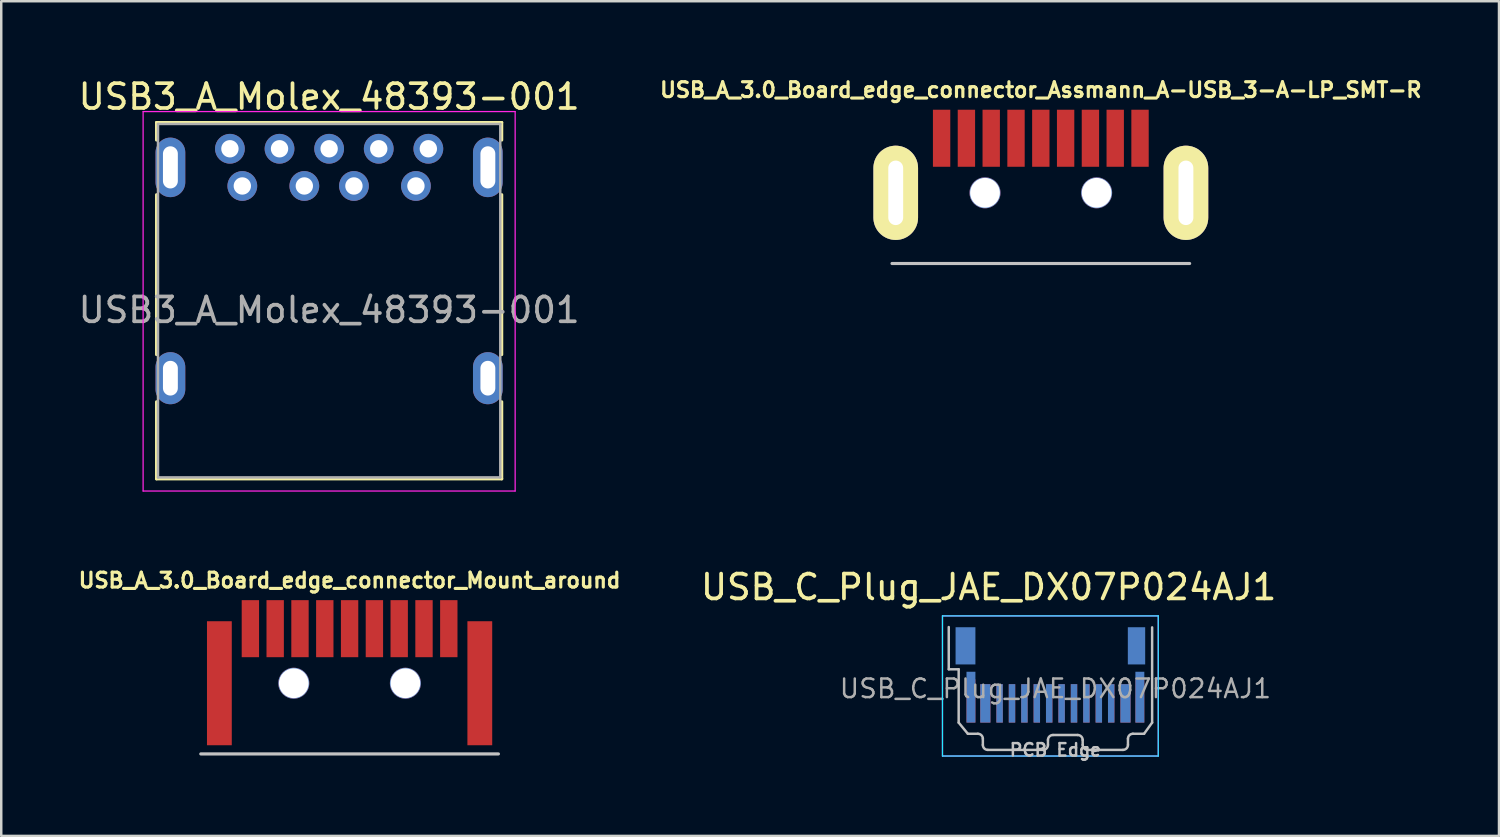
<source format=kicad_pcb>
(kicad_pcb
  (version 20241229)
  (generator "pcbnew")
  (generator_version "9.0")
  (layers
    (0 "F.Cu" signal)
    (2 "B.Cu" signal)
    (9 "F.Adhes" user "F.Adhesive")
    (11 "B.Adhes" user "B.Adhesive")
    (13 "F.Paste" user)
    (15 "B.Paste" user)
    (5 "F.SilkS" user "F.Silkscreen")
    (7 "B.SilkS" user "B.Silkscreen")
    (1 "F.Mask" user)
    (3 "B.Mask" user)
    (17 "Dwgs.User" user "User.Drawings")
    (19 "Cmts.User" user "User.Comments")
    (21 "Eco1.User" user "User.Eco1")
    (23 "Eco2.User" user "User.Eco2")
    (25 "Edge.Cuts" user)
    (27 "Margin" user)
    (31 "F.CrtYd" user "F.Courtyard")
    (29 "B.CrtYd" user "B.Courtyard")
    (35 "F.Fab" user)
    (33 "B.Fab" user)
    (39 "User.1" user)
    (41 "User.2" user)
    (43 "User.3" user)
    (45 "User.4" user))
  (footprint "USB_C_Plug_JAE_DX07P024AJ1"
    (layer "F.Cu")
    (at 39.502 24.162)
    (property "Reference" "USB_C_Plug_JAE_DX07P024AJ1" (at -2.692 -3.54 0) (layer "F.SilkS") (effects (font (size 1 1) (thickness 0.15))))
    (attr smd)
    (fp_line (start -4.3 -1.93) (end -4.3 -0.228) (stroke (width 0.1) (type solid)) (layer "Dwgs.User"))
    (fp_line (start -4.3 -0.228) (end -3.9 -0.228) (stroke (width 0.1) (type solid)) (layer "Dwgs.User"))
    (fp_line (start -3.9 1.923) (end -3.9 -0.228) (stroke (width 0.1) (type solid)) (layer "Dwgs.User"))
    (fp_line (start -3.53 2.373) (end -3.9 1.923) (stroke (width 0.1) (type solid)) (layer "Dwgs.User"))
    (fp_line (start -3.125 2.373) (end -3.53 2.373) (stroke (width 0.1) (type solid)) (layer "Dwgs.User"))
    (fp_line (start -2.925 2.822) (end -2.925 2.572) (stroke (width 0.1) (type solid)) (layer "Dwgs.User"))
    (fp_line (start -0.5 3.022) (end -2.725 3.022) (stroke (width 0.1) (type solid)) (layer "Dwgs.User"))
    (fp_line (start -0.3 2.623) (end -0.3 2.822) (stroke (width 0.1) (type solid)) (layer "Dwgs.User"))
    (fp_line (start -0.1 2.422) (end 0.9 2.422) (stroke (width 0.1) (type solid)) (layer "Dwgs.User"))
    (fp_line (start 1.1 2.822) (end 1.1 2.623) (stroke (width 0.1) (type solid)) (layer "Dwgs.User"))
    (fp_line (start 1.3 3.022) (end 2.725 3.022) (stroke (width 0.1) (type solid)) (layer "Dwgs.User"))
    (fp_line (start 2.925 2.822) (end 2.925 2.572) (stroke (width 0.1) (type solid)) (layer "Dwgs.User"))
    (fp_line (start 3.125 2.373) (end 3.575 2.373) (stroke (width 0.1) (type solid)) (layer "Dwgs.User"))
    (fp_line (start 3.575 2.373) (end 3.9 1.923) (stroke (width 0.1) (type solid)) (layer "Dwgs.User"))
    (fp_line (start 3.9 1.923) (end 3.9 -1.917) (stroke (width 0.1) (type solid)) (layer "Dwgs.User"))
    (fp_arc (start -3.125 2.3725) (mid -2.983579 2.431079) (end -2.925 2.5725) (stroke (width 0.1) (type solid)) (layer "Dwgs.User"))
    (fp_arc (start -2.725 3.0225) (mid -2.866421 2.963921) (end -2.925 2.8225) (stroke (width 0.1) (type solid)) (layer "Dwgs.User"))
    (fp_arc (start -0.3 2.6225) (mid -0.241421 2.481079) (end -0.1 2.4225) (stroke (width 0.1) (type solid)) (layer "Dwgs.User"))
    (fp_arc (start -0.3 2.8225) (mid -0.358579 2.963921) (end -0.5 3.0225) (stroke (width 0.1) (type solid)) (layer "Dwgs.User"))
    (fp_arc (start 0.9 2.4225) (mid 1.041421 2.481079) (end 1.1 2.6225) (stroke (width 0.1) (type solid)) (layer "Dwgs.User"))
    (fp_arc (start 1.3 3.0225) (mid 1.158579 2.963921) (end 1.1 2.8225) (stroke (width 0.1) (type solid)) (layer "Dwgs.User"))
    (fp_arc (start 2.925 2.5725) (mid 2.983579 2.431079) (end 3.125 2.3725) (stroke (width 0.1) (type solid)) (layer "Dwgs.User"))
    (fp_arc (start 2.925 2.8225) (mid 2.866421 2.963921) (end 2.725 3.0225) (stroke (width 0.1) (type solid)) (layer "Dwgs.User"))
    (fp_line (start -4.553 -2.38) (end 4.147 -2.38) (stroke (width 0.05) (type solid)) (layer "B.CrtYd"))
    (fp_line (start -4.553 3.27) (end -4.553 -2.38) (stroke (width 0.05) (type solid)) (layer "B.CrtYd"))
    (fp_line (start 4.147 -2.38) (end 4.147 3.27) (stroke (width 0.05) (type solid)) (layer "B.CrtYd"))
    (fp_line (start 4.147 3.27) (end -4.553 3.27) (stroke (width 0.05) (type solid)) (layer "B.CrtYd"))
    (fp_line (start -4.553 -2.38) (end 4.147 -2.38) (stroke (width 0.05) (type solid)) (layer "F.CrtYd"))
    (fp_line (start -4.553 3.27) (end -4.553 -2.38) (stroke (width 0.05) (type solid)) (layer "F.CrtYd"))
    (fp_line (start 4.147 -2.38) (end 4.147 3.27) (stroke (width 0.05) (type solid)) (layer "F.CrtYd"))
    (fp_line (start 4.147 3.27) (end -4.553 3.27) (stroke (width 0.05) (type solid)) (layer "F.CrtYd"))
    (fp_text user "PCB Edge" (at 0 3.022 0) (layer "Dwgs.User") (effects (font (size 0.5 0.5) (thickness 0.1))))
    (fp_text user "${REFERENCE}" (at 0 0.552 0) (layer "F.Fab") (effects (font (size 0.75 0.75) (thickness 0.1))))
    (pad "" smd rect (at -3.405 1.048) (size 0.36 1.75) (layers "F.Cu" "F.Mask"))
    (pad "" smd rect (at 3.405 1.048) (size 0.36 1.75) (layers "F.Cu" "F.Mask"))
    (pad "A1" smd rect (at 2.825 1.147) (size 0.41 1.55) (layers "F.Cu" "F.Mask" "F.Paste"))
    (pad "A2" smd rect (at 2.25 1.147) (size 0.26 1.55) (layers "F.Cu" "F.Mask" "F.Paste"))
    (pad "A3" smd rect (at 1.75 1.147) (size 0.26 1.55) (layers "F.Cu" "F.Mask" "F.Paste"))
    (pad "A4" smd rect (at 1.25 1.147) (size 0.26 1.55) (layers "F.Cu" "F.Mask" "F.Paste"))
    (pad "A5" smd rect (at 0.75 1.147) (size 0.26 1.55) (layers "F.Cu" "F.Mask" "F.Paste"))
    (pad "A6" smd rect (at 0.25 1.147 180) (size 0.26 1.55) (layers "F.Cu" "F.Mask" "F.Paste"))
    (pad "A7" smd rect (at -0.25 1.147 180) (size 0.26 1.55) (layers "F.Cu" "F.Mask" "F.Paste"))
    (pad "A8" smd rect (at -0.75 1.147) (size 0.26 1.55) (layers "F.Cu" "F.Mask" "F.Paste"))
    (pad "A9" smd rect (at -1.25 1.147) (size 0.26 1.55) (layers "F.Cu" "F.Mask" "F.Paste"))
    (pad "A10" smd rect (at -1.75 1.147) (size 0.26 1.55) (layers "F.Cu" "F.Mask" "F.Paste"))
    (pad "A11" smd rect (at -2.25 1.147) (size 0.26 1.55) (layers "F.Cu" "F.Mask" "F.Paste"))
    (pad "A12" smd rect (at -2.825 1.147) (size 0.41 1.55) (layers "F.Cu" "F.Mask" "F.Paste"))
    (pad "B1" smd rect (at -2.825 1.147) (size 0.41 1.55) (layers "B.Cu" "B.Mask" "B.Paste"))
    (pad "B2" smd rect (at -2.25 1.147) (size 0.26 1.55) (layers "B.Cu" "B.Mask" "B.Paste"))
    (pad "B3" smd rect (at -1.75 1.147) (size 0.26 1.55) (layers "B.Cu" "B.Mask" "B.Paste"))
    (pad "B4" smd rect (at -1.25 1.147) (size 0.26 1.55) (layers "B.Cu" "B.Mask" "B.Paste"))
    (pad "B5" smd rect (at -0.75 1.147) (size 0.26 1.55) (layers "B.Cu" "B.Mask" "B.Paste"))
    (pad "B6" smd rect (at -0.25 1.147 180) (size 0.26 1.55) (layers "B.Cu" "B.Mask" "B.Paste"))
    (pad "B7" smd rect (at 0.25 1.147) (size 0.26 1.55) (layers "B.Cu" "B.Mask" "B.Paste"))
    (pad "B8" smd rect (at 0.75 1.147) (size 0.26 1.55) (layers "B.Cu" "B.Mask" "B.Paste"))
    (pad "B9" smd rect (at 1.25 1.147) (size 0.26 1.55) (layers "B.Cu" "B.Mask" "B.Paste"))
    (pad "B10" smd rect (at 1.75 1.147) (size 0.26 1.55) (layers "B.Cu" "B.Mask" "B.Paste"))
    (pad "B11" smd rect (at 2.25 1.147) (size 0.26 1.55) (layers "B.Cu" "B.Mask" "B.Paste"))
    (pad "B12" smd rect (at 2.825 1.147) (size 0.41 1.55) (layers "B.Cu" "B.Mask" "B.Paste"))
    (pad "S1" smd rect (at -3.625 -1.173) (size 0.8 1.5) (layers "B.Cu" "B.Mask" "B.Paste"))
    (pad "S1" smd rect (at -3.405 0.897) (size 0.36 2.05) (layers "B.Cu" "B.Mask" "B.Paste"))
    (pad "S1" smd rect (at 3.27 -1.173 180) (size 0.7 1.5) (layers "B.Cu" "B.Mask" "B.Paste"))
    (pad "S1" smd rect (at 3.405 0.897) (size 0.36 2.05) (layers "B.Cu" "B.Mask" "B.Paste")))
  (footprint "USB_A_3.0_Board_edge_connector_Mount_around"
    (layer "F.Cu")
    (at 11.045 27.347)
    (property "Reference" "USB_A_3.0_Board_edge_connector_Mount_around" (at 0 -7 0) (layer "F.SilkS") (effects (font (size 0.6 0.6) (thickness 0.127))))
    (attr smd)
    (fp_line (start -6 0) (end 6 0) (stroke (width 0.127) (type solid)) (layer "Dwgs.User"))
    (pad "" np_thru_hole circle (at -2.25 -2.85) (size 1.25 1.25) (drill 1.2) (layers "*.Cu" "*.Mask"))
    (pad "" np_thru_hole circle (at 2.25 -2.85) (size 1.25 1.25) (drill 1.2) (layers "*.Cu" "*.Mask"))
    (pad "1" smd rect (at 3 -5.05) (size 0.7 2.3) (layers "F.Cu" "F.Mask" "F.Paste"))
    (pad "2" smd rect (at 1 -5.05) (size 0.7 2.3) (layers "F.Cu" "F.Mask" "F.Paste"))
    (pad "3" smd rect (at -1 -5.05) (size 0.7 2.3) (layers "F.Cu" "F.Mask" "F.Paste"))
    (pad "4" smd rect (at -3 -5.05) (size 0.7 2.3) (layers "F.Cu" "F.Mask" "F.Paste"))
    (pad "5" smd rect (at -4 -5.05) (size 0.7 2.3) (layers "F.Cu" "F.Mask" "F.Paste"))
    (pad "6" smd rect (at -2 -5.05) (size 0.7 2.3) (layers "F.Cu" "F.Mask" "F.Paste"))
    (pad "7" smd rect (at 0 -5.05) (size 0.7 2.3) (layers "F.Cu" "F.Mask" "F.Paste"))
    (pad "8" smd rect (at 2 -5.05) (size 0.7 2.3) (layers "F.Cu" "F.Mask" "F.Paste"))
    (pad "9" smd rect (at 4 -5.05) (size 0.7 2.3) (layers "F.Cu" "F.Mask" "F.Paste"))
    (pad "10" smd rect (at -5.25 -2.85) (size 1 5) (layers "F.Cu" "F.Mask" "F.Paste"))
    (pad "10" smd rect (at 5.25 -2.85) (size 1 5) (layers "F.Cu" "F.Mask" "F.Paste")))
  (footprint "USB3_A_Molex_48393-001"
    (layer "F.Cu")
    (at 6.72 4.448)
    (property "Reference" "USB3_A_Molex_48393-001" (at 3.5 -3.6 0) (layer "F.SilkS") (effects (font (size 1 1) (thickness 0.15))))
    (attr through_hole)
    (fp_line (start -3.46 -2.56) (end -3.46 -1.85) (stroke (width 0.12) (type solid)) (layer "F.SilkS"))
    (fp_line (start -3.46 -2.56) (end 10.46 -2.56) (stroke (width 0.12) (type solid)) (layer "F.SilkS"))
    (fp_line (start -3.46 6.8) (end -3.46 0.35) (stroke (width 0.12) (type solid)) (layer "F.SilkS"))
    (fp_line (start -3.46 11.81) (end -3.46 8.7) (stroke (width 0.12) (type solid)) (layer "F.SilkS"))
    (fp_line (start -3.46 11.81) (end 10.46 11.81) (stroke (width 0.12) (type solid)) (layer "F.SilkS"))
    (fp_line (start 10.46 -2.56) (end 10.46 -1.85) (stroke (width 0.12) (type solid)) (layer "F.SilkS"))
    (fp_line (start 10.46 6.8) (end 10.46 0.35) (stroke (width 0.12) (type solid)) (layer "F.SilkS"))
    (fp_line (start 10.46 11.81) (end 10.46 8.7) (stroke (width 0.12) (type solid)) (layer "F.SilkS"))
    (fp_line (start -4 -3) (end 11 -3) (stroke (width 0.05) (type solid)) (layer "F.CrtYd"))
    (fp_line (start -4 12.3) (end -4 -3) (stroke (width 0.05) (type solid)) (layer "F.CrtYd"))
    (fp_line (start 11 -3) (end 11 12.3) (stroke (width 0.05) (type solid)) (layer "F.CrtYd"))
    (fp_line (start 11 12.3) (end -4 12.3) (stroke (width 0.05) (type solid)) (layer "F.CrtYd"))
    (fp_line (start -3.4 -2.5) (end 10.4 -2.5) (stroke (width 0.1) (type solid)) (layer "F.Fab"))
    (fp_line (start -3.4 11.75) (end -3.4 -2.5) (stroke (width 0.1) (type solid)) (layer "F.Fab"))
    (fp_line (start 10.4 -2.5) (end 10.4 11.75) (stroke (width 0.1) (type solid)) (layer "F.Fab"))
    (fp_line (start 10.4 11.75) (end -3.4 11.75) (stroke (width 0.1) (type solid)) (layer "F.Fab"))
    (fp_text user "${REFERENCE}" (at 3.5 5 0) (layer "F.Fab") (effects (font (size 1 1) (thickness 0.15))))
    (pad "1" thru_hole circle (at 0 0) (size 1.2 1.2) (drill 0.7) (layers "*.Cu" "*.Mask"))
    (pad "2" thru_hole circle (at 2.5 0) (size 1.2 1.2) (drill 0.7) (layers "*.Cu" "*.Mask"))
    (pad "3" thru_hole circle (at 4.5 0) (size 1.2 1.2) (drill 0.7) (layers "*.Cu" "*.Mask"))
    (pad "4" thru_hole circle (at 7 0) (size 1.2 1.2) (drill 0.7) (layers "*.Cu" "*.Mask"))
    (pad "5" thru_hole circle (at 7.5 -1.5) (size 1.2 1.2) (drill 0.7) (layers "*.Cu" "*.Mask"))
    (pad "6" thru_hole circle (at 5.5 -1.5) (size 1.2 1.2) (drill 0.7) (layers "*.Cu" "*.Mask"))
    (pad "7" thru_hole circle (at 3.5 -1.5) (size 1.2 1.2) (drill 0.7) (layers "*.Cu" "*.Mask"))
    (pad "8" thru_hole circle (at 1.5 -1.5) (size 1.2 1.2) (drill 0.7) (layers "*.Cu" "*.Mask"))
    (pad "9" thru_hole circle (at -0.5 -1.5) (size 1.2 1.2) (drill 0.7) (layers "*.Cu" "*.Mask"))
    (pad "10" thru_hole oval (at -2.9 -0.75) (size 1.2 2.4) (drill oval 0.6 1.7) (layers "*.Cu" "*.Mask"))
    (pad "10" thru_hole oval (at -2.9 7.75) (size 1.2 2.1) (drill oval 0.6 1.4) (layers "*.Cu" "*.Mask"))
    (pad "10" thru_hole oval (at 9.9 -0.75) (size 1.2 2.4) (drill oval 0.6 1.7) (layers "*.Cu" "*.Mask"))
    (pad "10" thru_hole oval (at 9.9 7.75) (size 1.2 2.1) (drill oval 0.6 1.4) (layers "*.Cu" "*.Mask")))
  (footprint "USB_A_3.0_Board_edge_connector_Assmann_A-USB_3-A-LP_SMT-R"
    (layer "F.Cu")
    (at 38.914 7.574)
    (property "Reference" "USB_A_3.0_Board_edge_connector_Assmann_A-USB_3-A-LP_SMT-R" (at 0 -7 0) (layer "F.SilkS") (effects (font (size 0.6 0.6) (thickness 0.127))))
    (attr smd)
    (fp_line (start -6 0) (end 6 0) (stroke (width 0.127) (type solid)) (layer "Dwgs.User"))
    (pad "" np_thru_hole circle (at -2.25 -2.85) (size 1.25 1.25) (drill 1.2) (layers "*.Cu" "*.Mask"))
    (pad "" np_thru_hole circle (at 2.25 -2.85) (size 1.25 1.25) (drill 1.2) (layers "*.Cu" "*.Mask"))
    (pad "1" smd rect (at 3 -5.05) (size 0.7 2.3) (layers "F.Cu" "F.Mask" "F.Paste"))
    (pad "2" smd rect (at 1 -5.05) (size 0.7 2.3) (layers "F.Cu" "F.Mask" "F.Paste"))
    (pad "3" smd rect (at -1 -5.05) (size 0.7 2.3) (layers "F.Cu" "F.Mask" "F.Paste"))
    (pad "4" smd rect (at -3 -5.05) (size 0.7 2.3) (layers "F.Cu" "F.Mask" "F.Paste"))
    (pad "5" smd rect (at -4 -5.05) (size 0.7 2.3) (layers "F.Cu" "F.Mask" "F.Paste"))
    (pad "6" smd rect (at -2 -5.05) (size 0.7 2.3) (layers "F.Cu" "F.Mask" "F.Paste"))
    (pad "7" smd rect (at 0 -5.05) (size 0.7 2.3) (layers "F.Cu" "F.Mask" "F.Paste"))
    (pad "8" smd rect (at 2 -5.05) (size 0.7 2.3) (layers "F.Cu" "F.Mask" "F.Paste"))
    (pad "9" smd rect (at 4 -5.05) (size 0.7 2.3) (layers "F.Cu" "F.Mask" "F.Paste"))
    (pad "10" thru_hole oval (at -5.85 -2.85) (size 1.8 3.8) (drill oval 0.6 2.6) (layers "*.Cu" "*.Mask" "F.SilkS"))
    (pad "10" thru_hole oval (at 5.85 -2.85) (size 1.8 3.8) (drill oval 0.6 2.6) (layers "*.Cu" "*.Mask" "F.SilkS")))
  (gr_rect
    (start -3 -3)
    (end 57.387 30.652)
    (stroke (width 0.1) (type default))
    (fill no)
    (layer "Edge.Cuts")))
</source>
